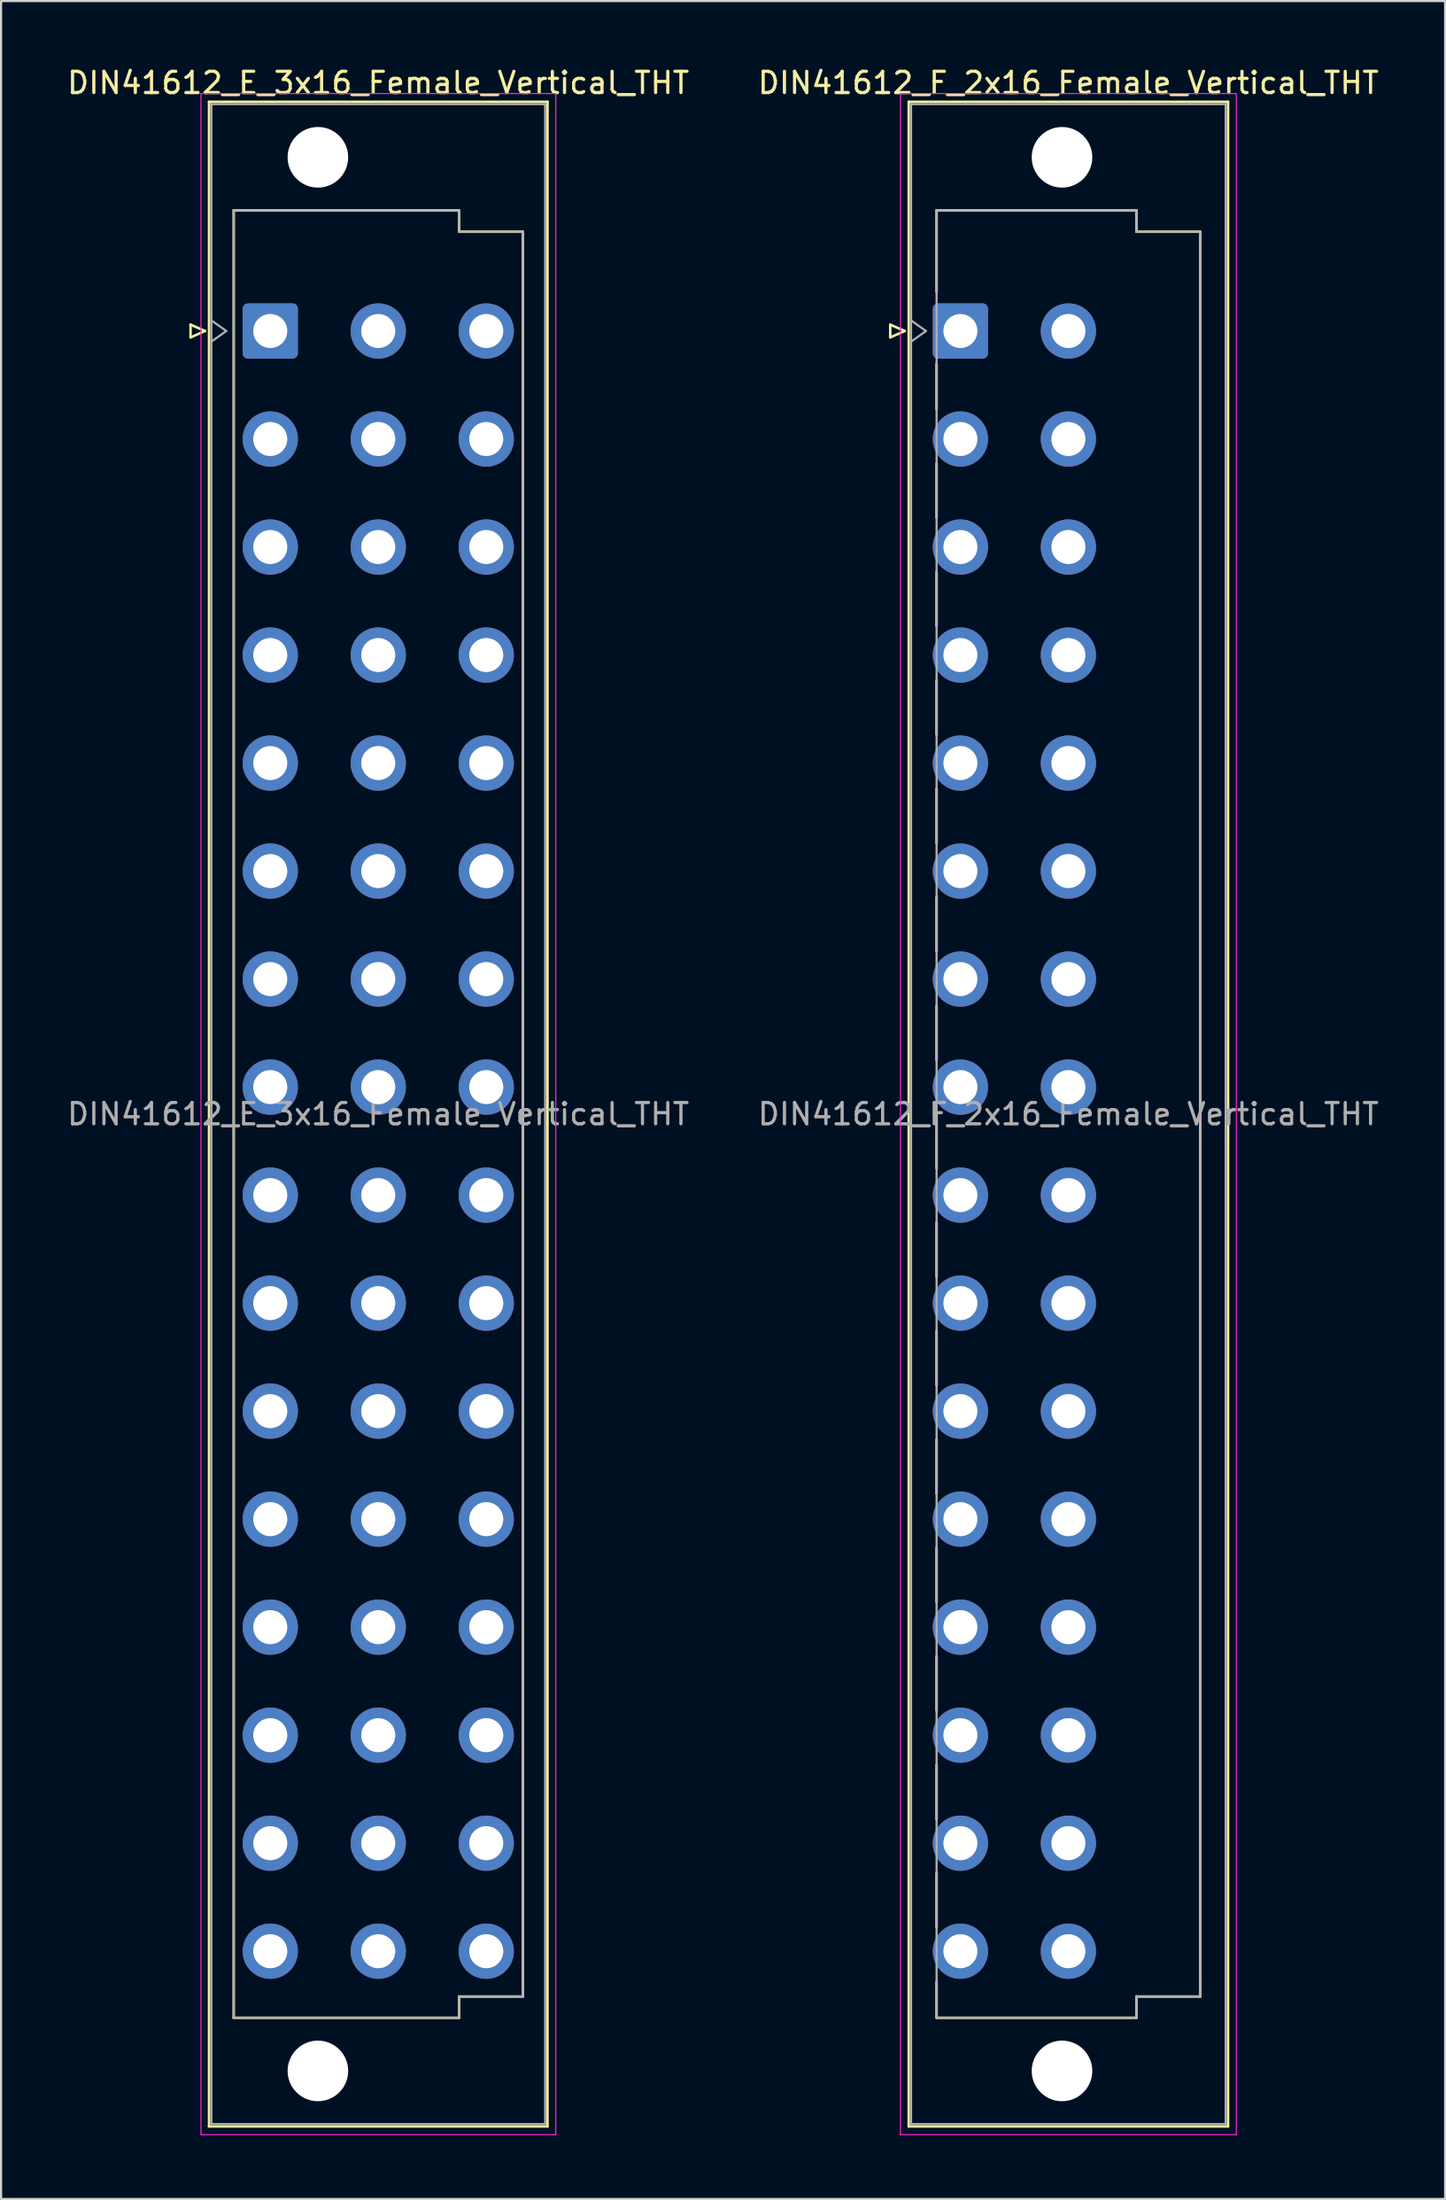
<source format=kicad_pcb>
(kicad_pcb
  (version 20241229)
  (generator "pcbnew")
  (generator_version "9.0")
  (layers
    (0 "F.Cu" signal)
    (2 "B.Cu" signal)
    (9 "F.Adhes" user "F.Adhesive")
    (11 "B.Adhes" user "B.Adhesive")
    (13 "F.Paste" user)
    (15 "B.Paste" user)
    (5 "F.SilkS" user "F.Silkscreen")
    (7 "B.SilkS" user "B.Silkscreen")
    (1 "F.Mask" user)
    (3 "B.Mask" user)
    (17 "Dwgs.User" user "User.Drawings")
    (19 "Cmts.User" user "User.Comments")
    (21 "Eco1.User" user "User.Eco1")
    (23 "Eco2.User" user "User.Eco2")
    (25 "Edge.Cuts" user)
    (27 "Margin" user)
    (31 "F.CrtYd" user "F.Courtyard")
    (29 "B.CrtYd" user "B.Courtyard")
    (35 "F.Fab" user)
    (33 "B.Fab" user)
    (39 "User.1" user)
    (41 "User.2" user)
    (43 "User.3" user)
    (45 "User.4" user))
  (footprint "DIN41612_F_2x16_Female_Vertical_THT"
    (layer "F.Cu")
    (at 44.668 9.978)
    (property "Reference" "DIN41612_F_2x16_Female_Vertical_THT" (at 2.54 -9.13 0) (layer "F.SilkS") (effects (font (size 1 1) (thickness 0.15))))
    (attr through_hole)
    (fp_line (start -5.84 2.24) (end -5.84 2.84) (stroke (width 0.12) (type solid)) (layer "F.SilkS"))
    (fp_line (start -5.84 2.84) (end -5.16 2.54) (stroke (width 0.12) (type solid)) (layer "F.SilkS"))
    (fp_line (start -5.16 2.54) (end -5.84 2.24) (stroke (width 0.12) (type solid)) (layer "F.SilkS"))
    (fp_line (start -4.97 -8.24) (end 10.05 -8.24) (stroke (width 0.12) (type solid)) (layer "F.SilkS"))
    (fp_line (start -4.97 86.98) (end -4.97 -8.24) (stroke (width 0.12) (type solid)) (layer "F.SilkS"))
    (fp_line (start -3.66 -3.131) (end 5.74 -3.131) (stroke (width 0.12) (type solid)) (layer "F.SilkS"))
    (fp_line (start -3.66 0.696) (end -3.66 -3.131) (stroke (width 0.12) (type solid)) (layer "F.SilkS"))
    (fp_line (start -3.66 6.221) (end -3.66 4.096) (stroke (width 0.12) (type solid)) (layer "F.SilkS"))
    (fp_line (start -3.66 11.321) (end -3.66 8.771) (stroke (width 0.12) (type solid)) (layer "F.SilkS"))
    (fp_line (start -3.66 16.421) (end -3.66 13.871) (stroke (width 0.12) (type solid)) (layer "F.SilkS"))
    (fp_line (start -3.66 21.521) (end -3.66 18.971) (stroke (width 0.12) (type solid)) (layer "F.SilkS"))
    (fp_line (start -3.66 26.621) (end -3.66 24.071) (stroke (width 0.12) (type solid)) (layer "F.SilkS"))
    (fp_line (start -3.66 31.721) (end -3.66 29.171) (stroke (width 0.12) (type solid)) (layer "F.SilkS"))
    (fp_line (start -3.66 36.821) (end -3.66 34.271) (stroke (width 0.12) (type solid)) (layer "F.SilkS"))
    (fp_line (start -3.66 41.921) (end -3.66 39.371) (stroke (width 0.12) (type solid)) (layer "F.SilkS"))
    (fp_line (start -3.66 47.021) (end -3.66 44.471) (stroke (width 0.12) (type solid)) (layer "F.SilkS"))
    (fp_line (start -3.66 52.121) (end -3.66 49.571) (stroke (width 0.12) (type solid)) (layer "F.SilkS"))
    (fp_line (start -3.66 57.221) (end -3.66 54.671) (stroke (width 0.12) (type solid)) (layer "F.SilkS"))
    (fp_line (start -3.66 62.321) (end -3.66 59.771) (stroke (width 0.12) (type solid)) (layer "F.SilkS"))
    (fp_line (start -3.66 67.421) (end -3.66 64.871) (stroke (width 0.12) (type solid)) (layer "F.SilkS"))
    (fp_line (start -3.66 72.521) (end -3.66 69.971) (stroke (width 0.12) (type solid)) (layer "F.SilkS"))
    (fp_line (start -3.66 77.621) (end -3.66 75.071) (stroke (width 0.12) (type solid)) (layer "F.SilkS"))
    (fp_line (start -3.66 81.87) (end -3.66 80.171) (stroke (width 0.12) (type solid)) (layer "F.SilkS"))
    (fp_line (start 5.74 -3.131) (end 5.74 -2.131) (stroke (width 0.12) (type solid)) (layer "F.SilkS"))
    (fp_line (start 5.74 -2.131) (end 8.74 -2.131) (stroke (width 0.12) (type solid)) (layer "F.SilkS"))
    (fp_line (start 5.74 80.87) (end 5.74 81.87) (stroke (width 0.12) (type solid)) (layer "F.SilkS"))
    (fp_line (start 5.74 81.87) (end -3.66 81.87) (stroke (width 0.12) (type solid)) (layer "F.SilkS"))
    (fp_line (start 8.74 -2.131) (end 8.74 80.87) (stroke (width 0.12) (type solid)) (layer "F.SilkS"))
    (fp_line (start 8.74 80.87) (end 5.74 80.87) (stroke (width 0.12) (type solid)) (layer "F.SilkS"))
    (fp_line (start 10.05 -8.24) (end 10.05 86.98) (stroke (width 0.12) (type solid)) (layer "F.SilkS"))
    (fp_line (start 10.05 86.98) (end -4.97 86.98) (stroke (width 0.12) (type solid)) (layer "F.SilkS"))
    (fp_line (start -5.36 -8.63) (end 10.44 -8.63) (stroke (width 0.05) (type solid)) (layer "F.CrtYd"))
    (fp_line (start -5.36 87.37) (end -5.36 -8.63) (stroke (width 0.05) (type solid)) (layer "F.CrtYd"))
    (fp_line (start 10.44 -8.63) (end 10.44 87.37) (stroke (width 0.05) (type solid)) (layer "F.CrtYd"))
    (fp_line (start 10.44 87.37) (end -5.36 87.37) (stroke (width 0.05) (type solid)) (layer "F.CrtYd"))
    (fp_line (start -4.86 -8.13) (end 9.94 -8.13) (stroke (width 0.1) (type solid)) (layer "F.Fab"))
    (fp_line (start -4.86 2.04) (end -4.16 2.54) (stroke (width 0.1) (type solid)) (layer "F.Fab"))
    (fp_line (start -4.86 86.87) (end -4.86 -8.13) (stroke (width 0.1) (type solid)) (layer "F.Fab"))
    (fp_line (start -4.16 2.54) (end -4.86 3.04) (stroke (width 0.1) (type solid)) (layer "F.Fab"))
    (fp_line (start -3.66 -3.13) (end 5.74 -3.13) (stroke (width 0.1) (type solid)) (layer "F.Fab"))
    (fp_line (start -3.66 81.87) (end -3.66 -3.13) (stroke (width 0.1) (type solid)) (layer "F.Fab"))
    (fp_line (start 5.74 -3.13) (end 5.74 -2.13) (stroke (width 0.1) (type solid)) (layer "F.Fab"))
    (fp_line (start 5.74 -2.13) (end 8.74 -2.13) (stroke (width 0.1) (type solid)) (layer "F.Fab"))
    (fp_line (start 5.74 80.87) (end 5.74 81.87) (stroke (width 0.1) (type solid)) (layer "F.Fab"))
    (fp_line (start 5.74 81.87) (end -3.66 81.87) (stroke (width 0.1) (type solid)) (layer "F.Fab"))
    (fp_line (start 8.74 -2.13) (end 8.74 80.87) (stroke (width 0.1) (type solid)) (layer "F.Fab"))
    (fp_line (start 8.74 80.87) (end 5.74 80.87) (stroke (width 0.1) (type solid)) (layer "F.Fab"))
    (fp_line (start 9.94 -8.13) (end 9.94 86.87) (stroke (width 0.1) (type solid)) (layer "F.Fab"))
    (fp_line (start 9.94 86.87) (end -4.86 86.87) (stroke (width 0.1) (type solid)) (layer "F.Fab"))
    (fp_text user "${REFERENCE}" (at 2.54 39.37 0) (layer "F.Fab") (effects (font (size 1 1) (thickness 0.15))))
    (pad "" np_thru_hole circle (at 2.24 -5.63) (size 2.85 2.85) (drill 2.85) (layers "*.Cu" "*.Mask"))
    (pad "" np_thru_hole circle (at 2.24 84.37) (size 2.85 2.85) (drill 2.85) (layers "*.Cu" "*.Mask"))
    (pad "b2" thru_hole circle (at 2.54 2.54) (size 2.6 2.6) (drill 1.6) (layers "*.Cu" "*.Mask"))
    (pad "b4" thru_hole circle (at 2.54 7.62) (size 2.6 2.6) (drill 1.6) (layers "*.Cu" "*.Mask"))
    (pad "b6" thru_hole circle (at 2.54 12.7) (size 2.6 2.6) (drill 1.6) (layers "*.Cu" "*.Mask"))
    (pad "b8" thru_hole circle (at 2.54 17.78) (size 2.6 2.6) (drill 1.6) (layers "*.Cu" "*.Mask"))
    (pad "b10" thru_hole circle (at 2.54 22.86) (size 2.6 2.6) (drill 1.6) (layers "*.Cu" "*.Mask"))
    (pad "b12" thru_hole circle (at 2.54 27.94) (size 2.6 2.6) (drill 1.6) (layers "*.Cu" "*.Mask"))
    (pad "b14" thru_hole circle (at 2.54 33.02) (size 2.6 2.6) (drill 1.6) (layers "*.Cu" "*.Mask"))
    (pad "b16" thru_hole circle (at 2.54 38.1) (size 2.6 2.6) (drill 1.6) (layers "*.Cu" "*.Mask"))
    (pad "b18" thru_hole circle (at 2.54 43.18) (size 2.6 2.6) (drill 1.6) (layers "*.Cu" "*.Mask"))
    (pad "b20" thru_hole circle (at 2.54 48.26) (size 2.6 2.6) (drill 1.6) (layers "*.Cu" "*.Mask"))
    (pad "b22" thru_hole circle (at 2.54 53.34) (size 2.6 2.6) (drill 1.6) (layers "*.Cu" "*.Mask"))
    (pad "b24" thru_hole circle (at 2.54 58.42) (size 2.6 2.6) (drill 1.6) (layers "*.Cu" "*.Mask"))
    (pad "b26" thru_hole circle (at 2.54 63.5) (size 2.6 2.6) (drill 1.6) (layers "*.Cu" "*.Mask"))
    (pad "b28" thru_hole circle (at 2.54 68.58) (size 2.6 2.6) (drill 1.6) (layers "*.Cu" "*.Mask"))
    (pad "b30" thru_hole circle (at 2.54 73.66) (size 2.6 2.6) (drill 1.6) (layers "*.Cu" "*.Mask"))
    (pad "b32" thru_hole circle (at 2.54 78.74) (size 2.6 2.6) (drill 1.6) (layers "*.Cu" "*.Mask"))
    (pad "z2" thru_hole roundrect (at -2.54 2.54) (size 2.6 2.6) (drill 1.6) (layers "*.Cu" "*.Mask") (roundrect_rratio 0.096))
    (pad "z4" thru_hole circle (at -2.54 7.62) (size 2.6 2.6) (drill 1.6) (layers "*.Cu" "*.Mask"))
    (pad "z6" thru_hole circle (at -2.54 12.7) (size 2.6 2.6) (drill 1.6) (layers "*.Cu" "*.Mask"))
    (pad "z8" thru_hole circle (at -2.54 17.78) (size 2.6 2.6) (drill 1.6) (layers "*.Cu" "*.Mask"))
    (pad "z10" thru_hole circle (at -2.54 22.86) (size 2.6 2.6) (drill 1.6) (layers "*.Cu" "*.Mask"))
    (pad "z12" thru_hole circle (at -2.54 27.94) (size 2.6 2.6) (drill 1.6) (layers "*.Cu" "*.Mask"))
    (pad "z14" thru_hole circle (at -2.54 33.02) (size 2.6 2.6) (drill 1.6) (layers "*.Cu" "*.Mask"))
    (pad "z16" thru_hole circle (at -2.54 38.1) (size 2.6 2.6) (drill 1.6) (layers "*.Cu" "*.Mask"))
    (pad "z18" thru_hole circle (at -2.54 43.18) (size 2.6 2.6) (drill 1.6) (layers "*.Cu" "*.Mask"))
    (pad "z20" thru_hole circle (at -2.54 48.26) (size 2.6 2.6) (drill 1.6) (layers "*.Cu" "*.Mask"))
    (pad "z22" thru_hole circle (at -2.54 53.34) (size 2.6 2.6) (drill 1.6) (layers "*.Cu" "*.Mask"))
    (pad "z24" thru_hole circle (at -2.54 58.42) (size 2.6 2.6) (drill 1.6) (layers "*.Cu" "*.Mask"))
    (pad "z26" thru_hole circle (at -2.54 63.5) (size 2.6 2.6) (drill 1.6) (layers "*.Cu" "*.Mask"))
    (pad "z28" thru_hole circle (at -2.54 68.58) (size 2.6 2.6) (drill 1.6) (layers "*.Cu" "*.Mask"))
    (pad "z30" thru_hole circle (at -2.54 73.66) (size 2.6 2.6) (drill 1.6) (layers "*.Cu" "*.Mask"))
    (pad "z32" thru_hole circle (at -2.54 78.74) (size 2.6 2.6) (drill 1.6) (layers "*.Cu" "*.Mask")))
  (footprint "DIN41612_E_3x16_Female_Vertical_THT"
    (layer "F.Cu")
    (at 9.664 9.978)
    (property "Reference" "DIN41612_E_3x16_Female_Vertical_THT" (at 5.08 -9.13 0) (layer "F.SilkS") (effects (font (size 1 1) (thickness 0.15))))
    (attr through_hole)
    (fp_line (start -3.75 2.24) (end -3.75 2.84) (stroke (width 0.12) (type solid)) (layer "F.SilkS"))
    (fp_line (start -3.75 2.84) (end -3.07 2.54) (stroke (width 0.12) (type solid)) (layer "F.SilkS"))
    (fp_line (start -3.07 2.54) (end -3.75 2.24) (stroke (width 0.12) (type solid)) (layer "F.SilkS"))
    (fp_line (start -2.88 -8.24) (end 13.04 -8.24) (stroke (width 0.12) (type solid)) (layer "F.SilkS"))
    (fp_line (start -2.88 86.98) (end -2.88 -8.24) (stroke (width 0.12) (type solid)) (layer "F.SilkS"))
    (fp_line (start -1.72 -3.131) (end 8.88 -3.131) (stroke (width 0.12) (type solid)) (layer "F.SilkS"))
    (fp_line (start -1.72 81.87) (end -1.72 -3.131) (stroke (width 0.12) (type solid)) (layer "F.SilkS"))
    (fp_line (start 8.88 -3.131) (end 8.88 -2.131) (stroke (width 0.12) (type solid)) (layer "F.SilkS"))
    (fp_line (start 8.88 -2.131) (end 11.88 -2.131) (stroke (width 0.12) (type solid)) (layer "F.SilkS"))
    (fp_line (start 8.88 80.87) (end 8.88 81.87) (stroke (width 0.12) (type solid)) (layer "F.SilkS"))
    (fp_line (start 8.88 81.87) (end -1.72 81.87) (stroke (width 0.12) (type solid)) (layer "F.SilkS"))
    (fp_line (start 11.88 -2.131) (end 11.88 80.87) (stroke (width 0.12) (type solid)) (layer "F.SilkS"))
    (fp_line (start 11.88 80.87) (end 8.88 80.87) (stroke (width 0.12) (type solid)) (layer "F.SilkS"))
    (fp_line (start 13.04 -8.24) (end 13.04 86.98) (stroke (width 0.12) (type solid)) (layer "F.SilkS"))
    (fp_line (start 13.04 86.98) (end -2.88 86.98) (stroke (width 0.12) (type solid)) (layer "F.SilkS"))
    (fp_line (start -3.26 -8.63) (end 13.43 -8.63) (stroke (width 0.05) (type solid)) (layer "F.CrtYd"))
    (fp_line (start -3.26 87.37) (end -3.26 -8.63) (stroke (width 0.05) (type solid)) (layer "F.CrtYd"))
    (fp_line (start 13.43 -8.63) (end 13.43 87.37) (stroke (width 0.05) (type solid)) (layer "F.CrtYd"))
    (fp_line (start 13.43 87.37) (end -3.26 87.37) (stroke (width 0.05) (type solid)) (layer "F.CrtYd"))
    (fp_line (start -2.77 -8.13) (end 12.93 -8.13) (stroke (width 0.1) (type solid)) (layer "F.Fab"))
    (fp_line (start -2.77 2.04) (end -2.07 2.54) (stroke (width 0.1) (type solid)) (layer "F.Fab"))
    (fp_line (start -2.77 86.87) (end -2.77 -8.13) (stroke (width 0.1) (type solid)) (layer "F.Fab"))
    (fp_line (start -2.07 2.54) (end -2.77 3.04) (stroke (width 0.1) (type solid)) (layer "F.Fab"))
    (fp_line (start -1.72 -3.13) (end 8.88 -3.13) (stroke (width 0.1) (type solid)) (layer "F.Fab"))
    (fp_line (start -1.72 81.87) (end -1.72 -3.13) (stroke (width 0.1) (type solid)) (layer "F.Fab"))
    (fp_line (start 8.88 -3.13) (end 8.88 -2.13) (stroke (width 0.1) (type solid)) (layer "F.Fab"))
    (fp_line (start 8.88 -2.13) (end 11.88 -2.13) (stroke (width 0.1) (type solid)) (layer "F.Fab"))
    (fp_line (start 8.88 80.87) (end 8.88 81.87) (stroke (width 0.1) (type solid)) (layer "F.Fab"))
    (fp_line (start 8.88 81.87) (end -1.72 81.87) (stroke (width 0.1) (type solid)) (layer "F.Fab"))
    (fp_line (start 11.88 -2.13) (end 11.88 80.87) (stroke (width 0.1) (type solid)) (layer "F.Fab"))
    (fp_line (start 11.88 80.87) (end 8.88 80.87) (stroke (width 0.1) (type solid)) (layer "F.Fab"))
    (fp_line (start 12.93 -8.13) (end 12.93 86.87) (stroke (width 0.1) (type solid)) (layer "F.Fab"))
    (fp_line (start 12.93 86.87) (end -2.77 86.87) (stroke (width 0.1) (type solid)) (layer "F.Fab"))
    (fp_text user "${REFERENCE}" (at 5.08 39.37 0) (layer "F.Fab") (effects (font (size 1 1) (thickness 0.15))))
    (pad "" np_thru_hole circle (at 2.24 -5.63) (size 2.85 2.85) (drill 2.85) (layers "*.Cu" "*.Mask"))
    (pad "" np_thru_hole circle (at 2.24 84.37) (size 2.85 2.85) (drill 2.85) (layers "*.Cu" "*.Mask"))
    (pad "a2" thru_hole roundrect (at 0 2.54) (size 2.6 2.6) (drill 1.6) (layers "*.Cu" "*.Mask") (roundrect_rratio 0.096))
    (pad "a4" thru_hole circle (at 0 7.62) (size 2.6 2.6) (drill 1.6) (layers "*.Cu" "*.Mask"))
    (pad "a6" thru_hole circle (at 0 12.7) (size 2.6 2.6) (drill 1.6) (layers "*.Cu" "*.Mask"))
    (pad "a8" thru_hole circle (at 0 17.78) (size 2.6 2.6) (drill 1.6) (layers "*.Cu" "*.Mask"))
    (pad "a10" thru_hole circle (at 0 22.86) (size 2.6 2.6) (drill 1.6) (layers "*.Cu" "*.Mask"))
    (pad "a12" thru_hole circle (at 0 27.94) (size 2.6 2.6) (drill 1.6) (layers "*.Cu" "*.Mask"))
    (pad "a14" thru_hole circle (at 0 33.02) (size 2.6 2.6) (drill 1.6) (layers "*.Cu" "*.Mask"))
    (pad "a16" thru_hole circle (at 0 38.1) (size 2.6 2.6) (drill 1.6) (layers "*.Cu" "*.Mask"))
    (pad "a18" thru_hole circle (at 0 43.18) (size 2.6 2.6) (drill 1.6) (layers "*.Cu" "*.Mask"))
    (pad "a20" thru_hole circle (at 0 48.26) (size 2.6 2.6) (drill 1.6) (layers "*.Cu" "*.Mask"))
    (pad "a22" thru_hole circle (at 0 53.34) (size 2.6 2.6) (drill 1.6) (layers "*.Cu" "*.Mask"))
    (pad "a24" thru_hole circle (at 0 58.42) (size 2.6 2.6) (drill 1.6) (layers "*.Cu" "*.Mask"))
    (pad "a26" thru_hole circle (at 0 63.5) (size 2.6 2.6) (drill 1.6) (layers "*.Cu" "*.Mask"))
    (pad "a28" thru_hole circle (at 0 68.58) (size 2.6 2.6) (drill 1.6) (layers "*.Cu" "*.Mask"))
    (pad "a30" thru_hole circle (at 0 73.66) (size 2.6 2.6) (drill 1.6) (layers "*.Cu" "*.Mask"))
    (pad "a32" thru_hole circle (at 0 78.74) (size 2.6 2.6) (drill 1.6) (layers "*.Cu" "*.Mask"))
    (pad "c2" thru_hole circle (at 5.08 2.54) (size 2.6 2.6) (drill 1.6) (layers "*.Cu" "*.Mask"))
    (pad "c4" thru_hole circle (at 5.08 7.62) (size 2.6 2.6) (drill 1.6) (layers "*.Cu" "*.Mask"))
    (pad "c6" thru_hole circle (at 5.08 12.7) (size 2.6 2.6) (drill 1.6) (layers "*.Cu" "*.Mask"))
    (pad "c8" thru_hole circle (at 5.08 17.78) (size 2.6 2.6) (drill 1.6) (layers "*.Cu" "*.Mask"))
    (pad "c10" thru_hole circle (at 5.08 22.86) (size 2.6 2.6) (drill 1.6) (layers "*.Cu" "*.Mask"))
    (pad "c12" thru_hole circle (at 5.08 27.94) (size 2.6 2.6) (drill 1.6) (layers "*.Cu" "*.Mask"))
    (pad "c14" thru_hole circle (at 5.08 33.02) (size 2.6 2.6) (drill 1.6) (layers "*.Cu" "*.Mask"))
    (pad "c16" thru_hole circle (at 5.08 38.1) (size 2.6 2.6) (drill 1.6) (layers "*.Cu" "*.Mask"))
    (pad "c18" thru_hole circle (at 5.08 43.18) (size 2.6 2.6) (drill 1.6) (layers "*.Cu" "*.Mask"))
    (pad "c20" thru_hole circle (at 5.08 48.26) (size 2.6 2.6) (drill 1.6) (layers "*.Cu" "*.Mask"))
    (pad "c22" thru_hole circle (at 5.08 53.34) (size 2.6 2.6) (drill 1.6) (layers "*.Cu" "*.Mask"))
    (pad "c24" thru_hole circle (at 5.08 58.42) (size 2.6 2.6) (drill 1.6) (layers "*.Cu" "*.Mask"))
    (pad "c26" thru_hole circle (at 5.08 63.5) (size 2.6 2.6) (drill 1.6) (layers "*.Cu" "*.Mask"))
    (pad "c28" thru_hole circle (at 5.08 68.58) (size 2.6 2.6) (drill 1.6) (layers "*.Cu" "*.Mask"))
    (pad "c30" thru_hole circle (at 5.08 73.66) (size 2.6 2.6) (drill 1.6) (layers "*.Cu" "*.Mask"))
    (pad "c32" thru_hole circle (at 5.08 78.74) (size 2.6 2.6) (drill 1.6) (layers "*.Cu" "*.Mask"))
    (pad "e2" thru_hole circle (at 10.16 2.54) (size 2.6 2.6) (drill 1.6) (layers "*.Cu" "*.Mask"))
    (pad "e4" thru_hole circle (at 10.16 7.62) (size 2.6 2.6) (drill 1.6) (layers "*.Cu" "*.Mask"))
    (pad "e6" thru_hole circle (at 10.16 12.7) (size 2.6 2.6) (drill 1.6) (layers "*.Cu" "*.Mask"))
    (pad "e8" thru_hole circle (at 10.16 17.78) (size 2.6 2.6) (drill 1.6) (layers "*.Cu" "*.Mask"))
    (pad "e10" thru_hole circle (at 10.16 22.86) (size 2.6 2.6) (drill 1.6) (layers "*.Cu" "*.Mask"))
    (pad "e12" thru_hole circle (at 10.16 27.94) (size 2.6 2.6) (drill 1.6) (layers "*.Cu" "*.Mask"))
    (pad "e14" thru_hole circle (at 10.16 33.02) (size 2.6 2.6) (drill 1.6) (layers "*.Cu" "*.Mask"))
    (pad "e16" thru_hole circle (at 10.16 38.1) (size 2.6 2.6) (drill 1.6) (layers "*.Cu" "*.Mask"))
    (pad "e18" thru_hole circle (at 10.16 43.18) (size 2.6 2.6) (drill 1.6) (layers "*.Cu" "*.Mask"))
    (pad "e20" thru_hole circle (at 10.16 48.26) (size 2.6 2.6) (drill 1.6) (layers "*.Cu" "*.Mask"))
    (pad "e22" thru_hole circle (at 10.16 53.34) (size 2.6 2.6) (drill 1.6) (layers "*.Cu" "*.Mask"))
    (pad "e24" thru_hole circle (at 10.16 58.42) (size 2.6 2.6) (drill 1.6) (layers "*.Cu" "*.Mask"))
    (pad "e26" thru_hole circle (at 10.16 63.5) (size 2.6 2.6) (drill 1.6) (layers "*.Cu" "*.Mask"))
    (pad "e28" thru_hole circle (at 10.16 68.58) (size 2.6 2.6) (drill 1.6) (layers "*.Cu" "*.Mask"))
    (pad "e30" thru_hole circle (at 10.16 73.66) (size 2.6 2.6) (drill 1.6) (layers "*.Cu" "*.Mask"))
    (pad "e32" thru_hole circle (at 10.16 78.74) (size 2.6 2.6) (drill 1.6) (layers "*.Cu" "*.Mask")))
  (gr_rect
    (start -3 -3)
    (end 64.929 100.373)
    (stroke (width 0.1) (type default))
    (fill no)
    (layer "Edge.Cuts")))
</source>
